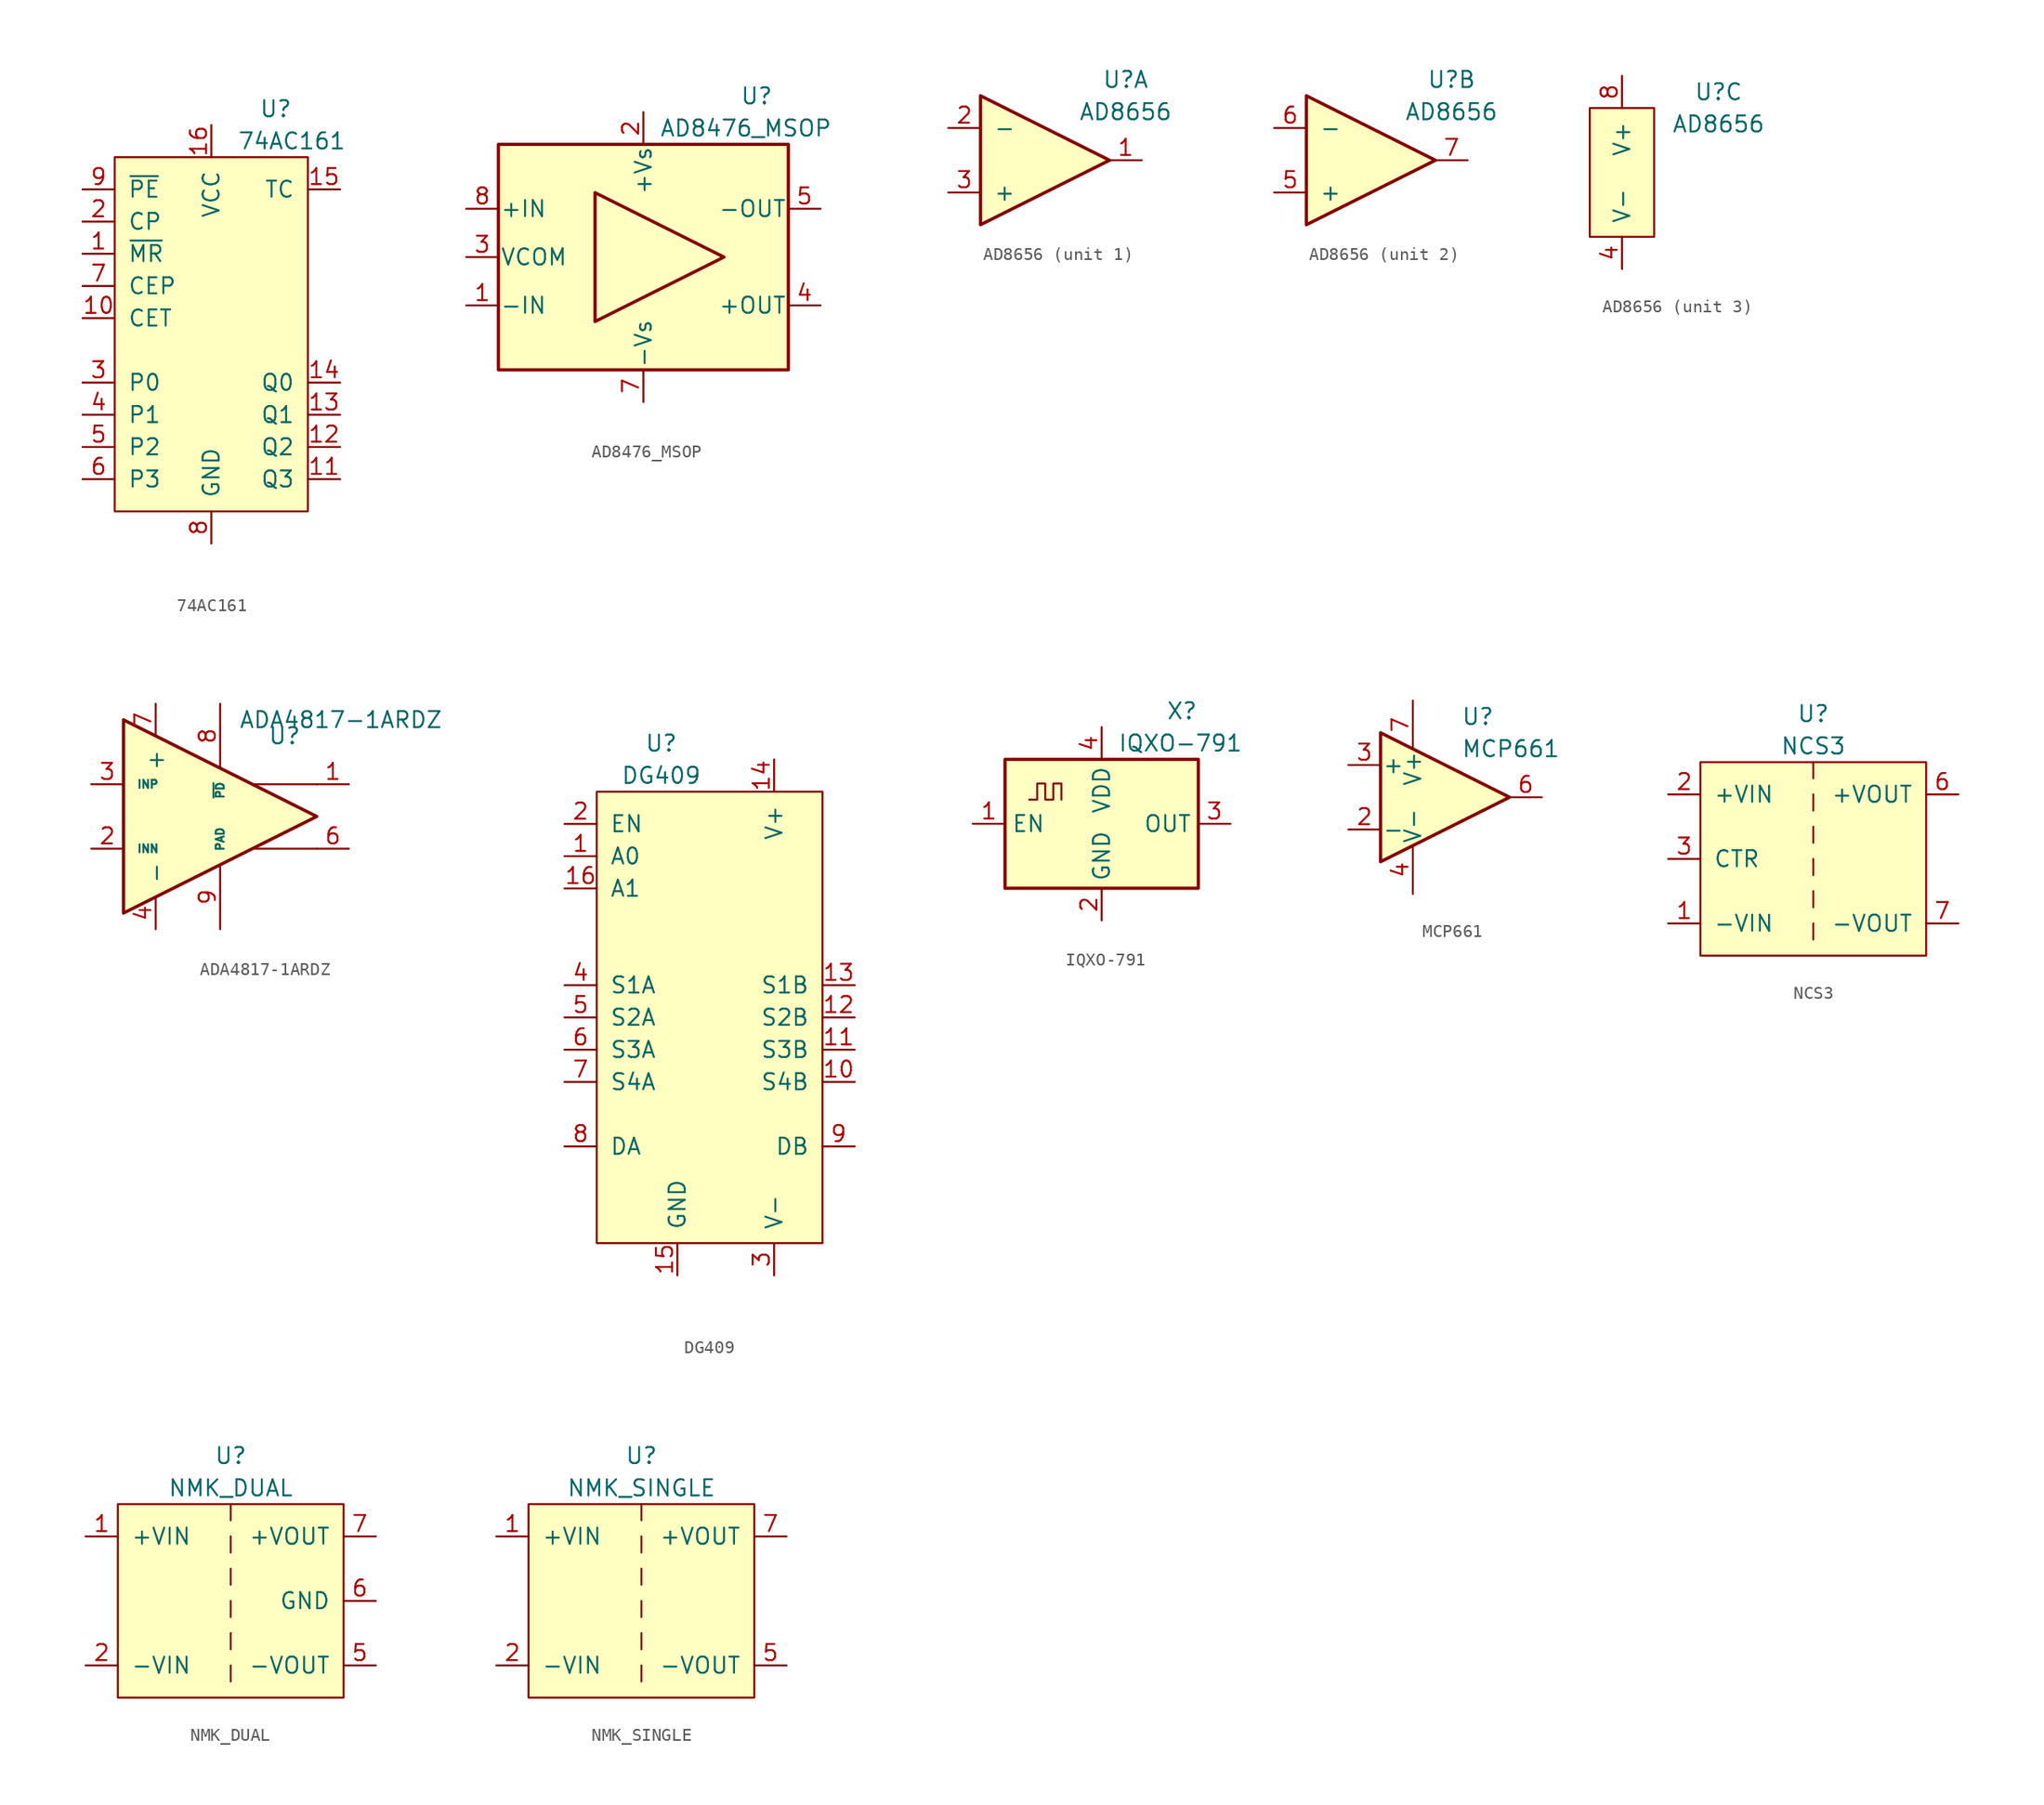
<source format=kicad_sym>
(kicad_symbol_lib
  (version 20211014)
  (generator kicad_symbol_editor)
  (symbol "74AC161"
    (pin_names
      (offset 1.016))
    (property "Reference" "U"
      (at 5.08 19.05 0)
      (effects (font (size 1.27 1.27))))
    (property "Value" "74AC161"
      (at 6.35 16.51 0)
      (effects (font (size 1.27 1.27))))
    (symbol "74AC161_0_1"
      (rectangle (start -7.62 15.24) (end 7.62 -12.7) (stroke (width 0) (type default) (color 0 0 0 0)) (fill (type background))))
    (symbol "74AC161_1_1"
      (pin input line (at -10.16 7.62 0) (length 2.54) (name "~{MR}" (effects (font (size 1.27 1.27)))) (number "1" (effects (font (size 1.27 1.27)))))
      (pin input line (at -10.16 2.54 0) (length 2.54) (name "CET" (effects (font (size 1.27 1.27)))) (number "10" (effects (font (size 1.27 1.27)))))
      (pin output line (at 10.16 -10.16 180) (length 2.54) (name "Q3" (effects (font (size 1.27 1.27)))) (number "11" (effects (font (size 1.27 1.27)))))
      (pin output line (at 10.16 -7.62 180) (length 2.54) (name "Q2" (effects (font (size 1.27 1.27)))) (number "12" (effects (font (size 1.27 1.27)))))
      (pin output line (at 10.16 -5.08 180) (length 2.54) (name "Q1" (effects (font (size 1.27 1.27)))) (number "13" (effects (font (size 1.27 1.27)))))
      (pin output line (at 10.16 -2.54 180) (length 2.54) (name "Q0" (effects (font (size 1.27 1.27)))) (number "14" (effects (font (size 1.27 1.27)))))
      (pin output line (at 10.16 12.7 180) (length 2.54) (name "TC" (effects (font (size 1.27 1.27)))) (number "15" (effects (font (size 1.27 1.27)))))
      (pin passive line (at 0 17.78 270) (length 2.54) (name "VCC" (effects (font (size 1.27 1.27)))) (number "16" (effects (font (size 1.27 1.27)))))
      (pin input line (at -10.16 10.16 0) (length 2.54) (name "CP" (effects (font (size 1.27 1.27)))) (number "2" (effects (font (size 1.27 1.27)))))
      (pin input line (at -10.16 -2.54 0) (length 2.54) (name "P0" (effects (font (size 1.27 1.27)))) (number "3" (effects (font (size 1.27 1.27)))))
      (pin input line (at -10.16 -5.08 0) (length 2.54) (name "P1" (effects (font (size 1.27 1.27)))) (number "4" (effects (font (size 1.27 1.27)))))
      (pin input line (at -10.16 -7.62 0) (length 2.54) (name "P2" (effects (font (size 1.27 1.27)))) (number "5" (effects (font (size 1.27 1.27)))))
      (pin input line (at -10.16 -10.16 0) (length 2.54) (name "P3" (effects (font (size 1.27 1.27)))) (number "6" (effects (font (size 1.27 1.27)))))
      (pin input line (at -10.16 5.08 0) (length 2.54) (name "CEP" (effects (font (size 1.27 1.27)))) (number "7" (effects (font (size 1.27 1.27)))))
      (pin passive line (at 0 -15.24 90) (length 2.54) (name "GND" (effects (font (size 1.27 1.27)))) (number "8" (effects (font (size 1.27 1.27)))))
      (pin input line (at -10.16 12.7 0) (length 2.54) (name "~{PE}" (effects (font (size 1.27 1.27)))) (number "9" (effects (font (size 1.27 1.27)))))))
  (symbol "AD8476_MSOP"
    (pin_names
      (offset 0.127))
    (property "Reference" "U"
      (at 7.62 12.7 0)
      (effects (font (size 1.27 1.27)) (justify left)))
    (property "Value" "AD8476_MSOP"
      (at 1.27 10.16 0)
      (effects (font (size 1.27 1.27)) (justify left)))
    (symbol "AD8476_MSOP_1_1"
      (rectangle (start -11.43 8.89) (end 11.43 -8.89) (stroke (width 0.254) (type default) (color 0 0 0 0)) (fill (type background)))
      (polyline (pts (xy -3.81 5.08) (xy 6.35 0) (xy -3.81 -5.08) (xy -3.81 5.08)) (stroke (width 0.254) (type default) (color 0 0 0 0)) (fill (type background)))
      (pin input line (at -13.97 -3.81 0) (length 2.54) (name "-IN" (effects (font (size 1.27 1.27)))) (number "1" (effects (font (size 1.27 1.27)))))
      (pin power_in line (at 0 11.43 270) (length 2.54) (name "+Vs" (effects (font (size 1.27 1.27)))) (number "2" (effects (font (size 1.27 1.27)))))
      (pin input line (at -13.97 0 0) (length 2.54) (name "VCOM" (effects (font (size 1.27 1.27)))) (number "3" (effects (font (size 1.27 1.27)))))
      (pin passive line (at 13.97 -3.81 180) (length 2.54) (name "+OUT" (effects (font (size 1.27 1.27)))) (number "4" (effects (font (size 1.27 1.27)))))
      (pin output line (at 13.97 3.81 180) (length 2.54) (name "-OUT" (effects (font (size 1.27 1.27)))) (number "5" (effects (font (size 1.27 1.27)))))
      (pin no_connect non_logic (at 11.43 0 0) (length 0) hide (name "NC" (effects (font (size 1.27 1.27)))) (number "6" (effects (font (size 1.27 1.27)))))
      (pin power_in line (at 0 -11.43 90) (length 2.54) (name "-Vs" (effects (font (size 1.27 1.27)))) (number "7" (effects (font (size 1.27 1.27)))))
      (pin input line (at -13.97 3.81 0) (length 2.54) (name "+IN" (effects (font (size 1.27 1.27)))) (number "8" (effects (font (size 1.27 1.27)))))))
  (symbol "AD8656"
    (pin_names
      (offset 1.016))
    (property "Reference" "U"
      (at 7.62 6.35 0)
      (effects (font (size 1.27 1.27))))
    (property "Value" "AD8656"
      (at 7.62 3.81 0)
      (effects (font (size 1.27 1.27))))
    (symbol "AD8656_1_1"
      (polyline (pts (xy -3.81 5.08) (xy 6.35 0) (xy -3.81 -5.08) (xy -3.81 5.08)) (stroke (width 0.254) (type default) (color 0 0 0 0)) (fill (type background)))
      (pin output line (at 8.89 0 180) (length 2.54) (name "~" (effects (font (size 1.27 1.27)))) (number "1" (effects (font (size 1.27 1.27)))))
      (pin input line (at -6.35 2.54 0) (length 2.54) (name "-" (effects (font (size 1.27 1.27)))) (number "2" (effects (font (size 1.27 1.27)))))
      (pin input line (at -6.35 -2.54 0) (length 2.54) (name "+" (effects (font (size 1.27 1.27)))) (number "3" (effects (font (size 1.27 1.27))))))
    (symbol "AD8656_2_1"
      (polyline (pts (xy -3.81 5.08) (xy 6.35 0) (xy -3.81 -5.08) (xy -3.81 5.08)) (stroke (width 0.254) (type default) (color 0 0 0 0)) (fill (type background)))
      (pin input line (at -6.35 -2.54 0) (length 2.54) (name "+" (effects (font (size 1.27 1.27)))) (number "5" (effects (font (size 1.27 1.27)))))
      (pin input line (at -6.35 2.54 0) (length 2.54) (name "-" (effects (font (size 1.27 1.27)))) (number "6" (effects (font (size 1.27 1.27)))))
      (pin output line (at 8.89 0 180) (length 2.54) (name "~" (effects (font (size 1.27 1.27)))) (number "7" (effects (font (size 1.27 1.27))))))
    (symbol "AD8656_3_1"
      (rectangle (start -2.54 5.08) (end 2.54 -5.08) (stroke (width 0) (type default) (color 0 0 0 0)) (fill (type background)))
      (pin passive line (at 0 -7.62 90) (length 2.54) (name "V-" (effects (font (size 1.27 1.27)))) (number "4" (effects (font (size 1.27 1.27)))))
      (pin passive line (at 0 7.62 270) (length 2.54) (name "V+" (effects (font (size 1.27 1.27)))) (number "8" (effects (font (size 1.27 1.27)))))))
  (symbol "ADA4817-1ARDZ"
    (pin_names
      (offset 1.016))
    (property "Reference" "U"
      (at 6.35 6.35 0)
      (effects (font (size 1.27 1.27))))
    (property "Value" "ADA4817-1ARDZ"
      (at 10.795 7.62 0)
      (effects (font (size 1.27 1.27))))
    (symbol "ADA4817-1ARDZ_0_1"
      (polyline (pts (xy 8.89 -2.54) (xy 3.81 -2.54)) (stroke (width 0) (type default) (color 0 0 0 0)) (fill (type none)))
      (polyline (pts (xy 8.89 2.54) (xy 3.81 2.54)) (stroke (width 0) (type default) (color 0 0 0 0)) (fill (type none))))
    (symbol "ADA4817-1ARDZ_1_1"
      (polyline (pts (xy -6.35 7.62) (xy -6.35 -7.62) (xy 8.89 0) (xy -6.35 7.62)) (stroke (width 0.254) (type default) (color 0 0 0 0)) (fill (type background)))
      (pin output line (at 11.43 2.54 180) (length 2.54) (name "~" (effects (font (size 1.27 1.27)))) (number "1" (effects (font (size 1.27 1.27)))))
      (pin passive line (at -8.89 -2.54 0) (length 2.54) (name "INN" (effects (font (size 0.635 0.635)))) (number "2" (effects (font (size 1.27 1.27)))))
      (pin passive line (at -8.89 2.54 0) (length 2.54) (name "INP" (effects (font (size 0.635 0.635)))) (number "3" (effects (font (size 1.27 1.27)))))
      (pin power_in line (at -3.81 -8.89 90) (length 2.54) (name "-" (effects (font (size 1.27 1.27)))) (number "4" (effects (font (size 1.27 1.27)))))
      (pin no_connect non_logic (at -6.35 0 0) (length 0) hide (name "NC" (effects (font (size 0.635 0.635)))) (number "5" (effects (font (size 1.27 1.27)))))
      (pin output line (at 11.43 -2.54 180) (length 2.54) (name "~" (effects (font (size 1.27 1.27)))) (number "6" (effects (font (size 1.27 1.27)))))
      (pin power_in line (at -3.81 8.89 270) (length 2.54) (name "+" (effects (font (size 1.27 1.27)))) (number "7" (effects (font (size 1.27 1.27)))))
      (pin passive line (at 1.27 8.89 270) (length 5.08) (name "~{PD}" (effects (font (size 0.635 0.635)))) (number "8" (effects (font (size 1.27 1.27)))))
      (pin input line (at 1.27 -8.89 90) (length 5.08) (name "PAD" (effects (font (size 0.635 0.635)))) (number "9" (effects (font (size 1.27 1.27)))))))
  (symbol "DG409"
    (pin_names
      (offset 1.016))
    (property "Reference" "U"
      (at -3.81 21.59 0)
      (effects (font (size 1.27 1.27))))
    (property "Value" "DG409"
      (at -3.81 19.05 0)
      (effects (font (size 1.27 1.27))))
    (symbol "DG409_0_1"
      (rectangle (start -8.89 17.78) (end 8.89 -17.78) (stroke (width 0) (type default) (color 0 0 0 0)) (fill (type background))))
    (symbol "DG409_1_1"
      (pin input line (at -11.43 12.7 0) (length 2.54) (name "A0" (effects (font (size 1.27 1.27)))) (number "1" (effects (font (size 1.27 1.27)))))
      (pin bidirectional line (at 11.43 -5.08 180) (length 2.54) (name "S4B" (effects (font (size 1.27 1.27)))) (number "10" (effects (font (size 1.27 1.27)))))
      (pin bidirectional line (at 11.43 -2.54 180) (length 2.54) (name "S3B" (effects (font (size 1.27 1.27)))) (number "11" (effects (font (size 1.27 1.27)))))
      (pin bidirectional line (at 11.43 0 180) (length 2.54) (name "S2B" (effects (font (size 1.27 1.27)))) (number "12" (effects (font (size 1.27 1.27)))))
      (pin bidirectional line (at 11.43 2.54 180) (length 2.54) (name "S1B" (effects (font (size 1.27 1.27)))) (number "13" (effects (font (size 1.27 1.27)))))
      (pin passive line (at 5.08 20.32 270) (length 2.54) (name "V+" (effects (font (size 1.27 1.27)))) (number "14" (effects (font (size 1.27 1.27)))))
      (pin passive line (at -2.54 -20.32 90) (length 2.54) (name "GND" (effects (font (size 1.27 1.27)))) (number "15" (effects (font (size 1.27 1.27)))))
      (pin input line (at -11.43 10.16 0) (length 2.54) (name "A1" (effects (font (size 1.27 1.27)))) (number "16" (effects (font (size 1.27 1.27)))))
      (pin input line (at -11.43 15.24 0) (length 2.54) (name "EN" (effects (font (size 1.27 1.27)))) (number "2" (effects (font (size 1.27 1.27)))))
      (pin passive line (at 5.08 -20.32 90) (length 2.54) (name "V-" (effects (font (size 1.27 1.27)))) (number "3" (effects (font (size 1.27 1.27)))))
      (pin bidirectional line (at -11.43 2.54 0) (length 2.54) (name "S1A" (effects (font (size 1.27 1.27)))) (number "4" (effects (font (size 1.27 1.27)))))
      (pin bidirectional line (at -11.43 0 0) (length 2.54) (name "S2A" (effects (font (size 1.27 1.27)))) (number "5" (effects (font (size 1.27 1.27)))))
      (pin bidirectional line (at -11.43 -2.54 0) (length 2.54) (name "S3A" (effects (font (size 1.27 1.27)))) (number "6" (effects (font (size 1.27 1.27)))))
      (pin bidirectional line (at -11.43 -5.08 0) (length 2.54) (name "S4A" (effects (font (size 1.27 1.27)))) (number "7" (effects (font (size 1.27 1.27)))))
      (pin bidirectional line (at -11.43 -10.16 0) (length 2.54) (name "DA" (effects (font (size 1.27 1.27)))) (number "8" (effects (font (size 1.27 1.27)))))
      (pin bidirectional line (at 11.43 -10.16 180) (length 2.54) (name "DB" (effects (font (size 1.27 1.27)))) (number "9" (effects (font (size 1.27 1.27)))))))
  (symbol "IQXO-791"
    (property "Reference" "X"
      (at 5.08 8.89 0)
      (effects (font (size 1.27 1.27)) (justify left)))
    (property "Value" "IQXO-791"
      (at 1.27 6.35 0)
      (effects (font (size 1.27 1.27)) (justify left)))
    (symbol "IQXO-791_0_1"
      (rectangle (start -7.62 5.08) (end 7.62 -5.08) (stroke (width 0.254) (type default) (color 0 0 0 0)) (fill (type background)))
      (polyline (pts (xy -5.715 1.905) (xy -5.08 1.905) (xy -5.08 3.175) (xy -4.445 3.175) (xy -4.445 1.905) (xy -3.81 1.905) (xy -3.81 3.175) (xy -3.175 3.175) (xy -3.175 1.905)) (stroke (width 0) (type default) (color 0 0 0 0)) (fill (type none))))
    (symbol "IQXO-791_1_1"
      (pin input line (at -10.16 0 0) (length 2.54) (name "EN" (effects (font (size 1.27 1.27)))) (number "1" (effects (font (size 1.27 1.27)))))
      (pin power_in line (at 0 -7.62 90) (length 2.54) (name "GND" (effects (font (size 1.27 1.27)))) (number "2" (effects (font (size 1.27 1.27)))))
      (pin output line (at 10.16 0 180) (length 2.54) (name "OUT" (effects (font (size 1.27 1.27)))) (number "3" (effects (font (size 1.27 1.27)))))
      (pin power_in line (at 0 7.62 270) (length 2.54) (name "VDD" (effects (font (size 1.27 1.27)))) (number "4" (effects (font (size 1.27 1.27)))))))
  (symbol "MCP661"
    (pin_names
      (offset 0.127))
    (property "Reference" "U"
      (at 2.54 6.35 0)
      (effects (font (size 1.27 1.27)) (justify left)))
    (property "Value" "MCP661"
      (at 2.54 3.81 0)
      (effects (font (size 1.27 1.27)) (justify left)))
    (symbol "MCP661_0_1"
      (polyline (pts (xy -3.81 5.08) (xy 6.35 0) (xy -3.81 -5.08) (xy -3.81 5.08)) (stroke (width 0.254) (type default) (color 0 0 0 0)) (fill (type background))))
    (symbol "MCP661_1_1"
      (pin no_connect non_logic (at -3.81 0 0) (length 0) hide (name "NC" (effects (font (size 1.27 1.27)))) (number "1" (effects (font (size 1.27 1.27)))))
      (pin input line (at -6.35 -2.54 0) (length 2.54) (name "-" (effects (font (size 1.27 1.27)))) (number "2" (effects (font (size 1.27 1.27)))))
      (pin input line (at -6.35 2.54 0) (length 2.54) (name "+" (effects (font (size 1.27 1.27)))) (number "3" (effects (font (size 1.27 1.27)))))
      (pin power_in line (at -1.27 -7.62 90) (length 3.81) (name "V-" (effects (font (size 1.27 1.27)))) (number "4" (effects (font (size 1.27 1.27)))))
      (pin no_connect non_logic (at 1.27 -2.54 90) (length 0) hide (name "NC" (effects (font (size 1.27 1.27)))) (number "5" (effects (font (size 1.27 1.27)))))
      (pin output line (at 8.89 0 180) (length 2.54) (name "~" (effects (font (size 1.27 1.27)))) (number "6" (effects (font (size 1.27 1.27)))))
      (pin power_in line (at -1.27 7.62 270) (length 3.81) (name "V+" (effects (font (size 1.27 1.27)))) (number "7" (effects (font (size 1.27 1.27)))))
      (pin no_connect non_logic (at 1.27 2.54 270) (length 0) hide (name "NC" (effects (font (size 1.27 1.27)))) (number "8" (effects (font (size 1.27 1.27)))))))
  (symbol "NCS3"
    (pin_names
      (offset 1.016))
    (property "Reference" "U"
      (at 0 11.43 0)
      (effects (font (size 1.27 1.27))))
    (property "Value" "NCS3"
      (at 0 8.89 0)
      (effects (font (size 1.27 1.27))))
    (symbol "NCS3_0_1"
      (rectangle (start -8.89 7.62) (end 8.89 -7.62) (stroke (width 0) (type default) (color 0 0 0 0)) (fill (type background)))
      (polyline (pts (xy 0 -5.08) (xy 0 -6.35)) (stroke (width 0) (type default) (color 0 0 0 0)) (fill (type none)))
      (polyline (pts (xy 0 -2.54) (xy 0 -3.81)) (stroke (width 0) (type default) (color 0 0 0 0)) (fill (type none)))
      (polyline (pts (xy 0 0) (xy 0 -1.27)) (stroke (width 0) (type default) (color 0 0 0 0)) (fill (type none)))
      (polyline (pts (xy 0 2.54) (xy 0 1.27)) (stroke (width 0) (type default) (color 0 0 0 0)) (fill (type none)))
      (polyline (pts (xy 0 5.08) (xy 0 3.81)) (stroke (width 0) (type default) (color 0 0 0 0)) (fill (type none)))
      (polyline (pts (xy 0 7.62) (xy 0 6.35)) (stroke (width 0) (type default) (color 0 0 0 0)) (fill (type none))))
    (symbol "NCS3_1_1"
      (pin passive line (at -11.43 -5.08 0) (length 2.54) (name "-VIN" (effects (font (size 1.27 1.27)))) (number "1" (effects (font (size 1.27 1.27)))))
      (pin passive line (at -11.43 5.08 0) (length 2.54) (name "+VIN" (effects (font (size 1.27 1.27)))) (number "2" (effects (font (size 1.27 1.27)))))
      (pin input line (at -11.43 0 0) (length 2.54) (name "CTR" (effects (font (size 1.27 1.27)))) (number "3" (effects (font (size 1.27 1.27)))))
      (pin passive line (at 11.43 5.08 180) (length 2.54) (name "+VOUT" (effects (font (size 1.27 1.27)))) (number "6" (effects (font (size 1.27 1.27)))))
      (pin passive line (at 11.43 -5.08 180) (length 2.54) (name "-VOUT" (effects (font (size 1.27 1.27)))) (number "7" (effects (font (size 1.27 1.27)))))
      (pin no_connect non_logic (at 8.89 0 0) (length 0) hide (name "NC" (effects (font (size 1.27 1.27)))) (number "8" (effects (font (size 1.27 1.27)))))))
  (symbol "NMK_DUAL"
    (pin_names
      (offset 1.016))
    (property "Reference" "U"
      (at 0 11.43 0)
      (effects (font (size 1.27 1.27))))
    (property "Value" "NMK_DUAL"
      (at 0 8.89 0)
      (effects (font (size 1.27 1.27))))
    (symbol "NMK_DUAL_0_1"
      (rectangle (start -8.89 7.62) (end 8.89 -7.62) (stroke (width 0) (type default) (color 0 0 0 0)) (fill (type background)))
      (polyline (pts (xy 0 -5.08) (xy 0 -6.35)) (stroke (width 0) (type default) (color 0 0 0 0)) (fill (type none)))
      (polyline (pts (xy 0 -2.54) (xy 0 -3.81)) (stroke (width 0) (type default) (color 0 0 0 0)) (fill (type none)))
      (polyline (pts (xy 0 0) (xy 0 -1.27)) (stroke (width 0) (type default) (color 0 0 0 0)) (fill (type none)))
      (polyline (pts (xy 0 2.54) (xy 0 1.27)) (stroke (width 0) (type default) (color 0 0 0 0)) (fill (type none)))
      (polyline (pts (xy 0 5.08) (xy 0 3.81)) (stroke (width 0) (type default) (color 0 0 0 0)) (fill (type none)))
      (polyline (pts (xy 0 7.62) (xy 0 6.35)) (stroke (width 0) (type default) (color 0 0 0 0)) (fill (type none))))
    (symbol "NMK_DUAL_1_1"
      (pin passive line (at -11.43 5.08 0) (length 2.54) (name "+VIN" (effects (font (size 1.27 1.27)))) (number "1" (effects (font (size 1.27 1.27)))))
      (pin passive line (at -11.43 -5.08 0) (length 2.54) (name "-VIN" (effects (font (size 1.27 1.27)))) (number "2" (effects (font (size 1.27 1.27)))))
      (pin passive line (at 11.43 -5.08 180) (length 2.54) (name "-VOUT" (effects (font (size 1.27 1.27)))) (number "5" (effects (font (size 1.27 1.27)))))
      (pin passive line (at 11.43 0 180) (length 2.54) (name "GND" (effects (font (size 1.27 1.27)))) (number "6" (effects (font (size 1.27 1.27)))))
      (pin passive line (at 11.43 5.08 180) (length 2.54) (name "+VOUT" (effects (font (size 1.27 1.27)))) (number "7" (effects (font (size 1.27 1.27)))))))
  (symbol "NMK_SINGLE"
    (pin_names
      (offset 1.016))
    (property "Reference" "U"
      (at 0 11.43 0)
      (effects (font (size 1.27 1.27))))
    (property "Value" "NMK_SINGLE"
      (at 0 8.89 0)
      (effects (font (size 1.27 1.27))))
    (symbol "NMK_SINGLE_0_1"
      (rectangle (start -8.89 7.62) (end 8.89 -7.62) (stroke (width 0) (type default) (color 0 0 0 0)) (fill (type background)))
      (polyline (pts (xy 0 -5.08) (xy 0 -6.35)) (stroke (width 0) (type default) (color 0 0 0 0)) (fill (type none)))
      (polyline (pts (xy 0 -2.54) (xy 0 -3.81)) (stroke (width 0) (type default) (color 0 0 0 0)) (fill (type none)))
      (polyline (pts (xy 0 0) (xy 0 -1.27)) (stroke (width 0) (type default) (color 0 0 0 0)) (fill (type none)))
      (polyline (pts (xy 0 2.54) (xy 0 1.27)) (stroke (width 0) (type default) (color 0 0 0 0)) (fill (type none)))
      (polyline (pts (xy 0 5.08) (xy 0 3.81)) (stroke (width 0) (type default) (color 0 0 0 0)) (fill (type none)))
      (polyline (pts (xy 0 7.62) (xy 0 6.35)) (stroke (width 0) (type default) (color 0 0 0 0)) (fill (type none))))
    (symbol "NMK_SINGLE_1_1"
      (pin passive line (at -11.43 5.08 0) (length 2.54) (name "+VIN" (effects (font (size 1.27 1.27)))) (number "1" (effects (font (size 1.27 1.27)))))
      (pin passive line (at -11.43 -5.08 0) (length 2.54) (name "-VIN" (effects (font (size 1.27 1.27)))) (number "2" (effects (font (size 1.27 1.27)))))
      (pin passive line (at 11.43 -5.08 180) (length 2.54) (name "-VOUT" (effects (font (size 1.27 1.27)))) (number "5" (effects (font (size 1.27 1.27)))))
      (pin passive line (at 11.43 5.08 180) (length 2.54) (name "+VOUT" (effects (font (size 1.27 1.27)))) (number "7" (effects (font (size 1.27 1.27))))))))
</source>
